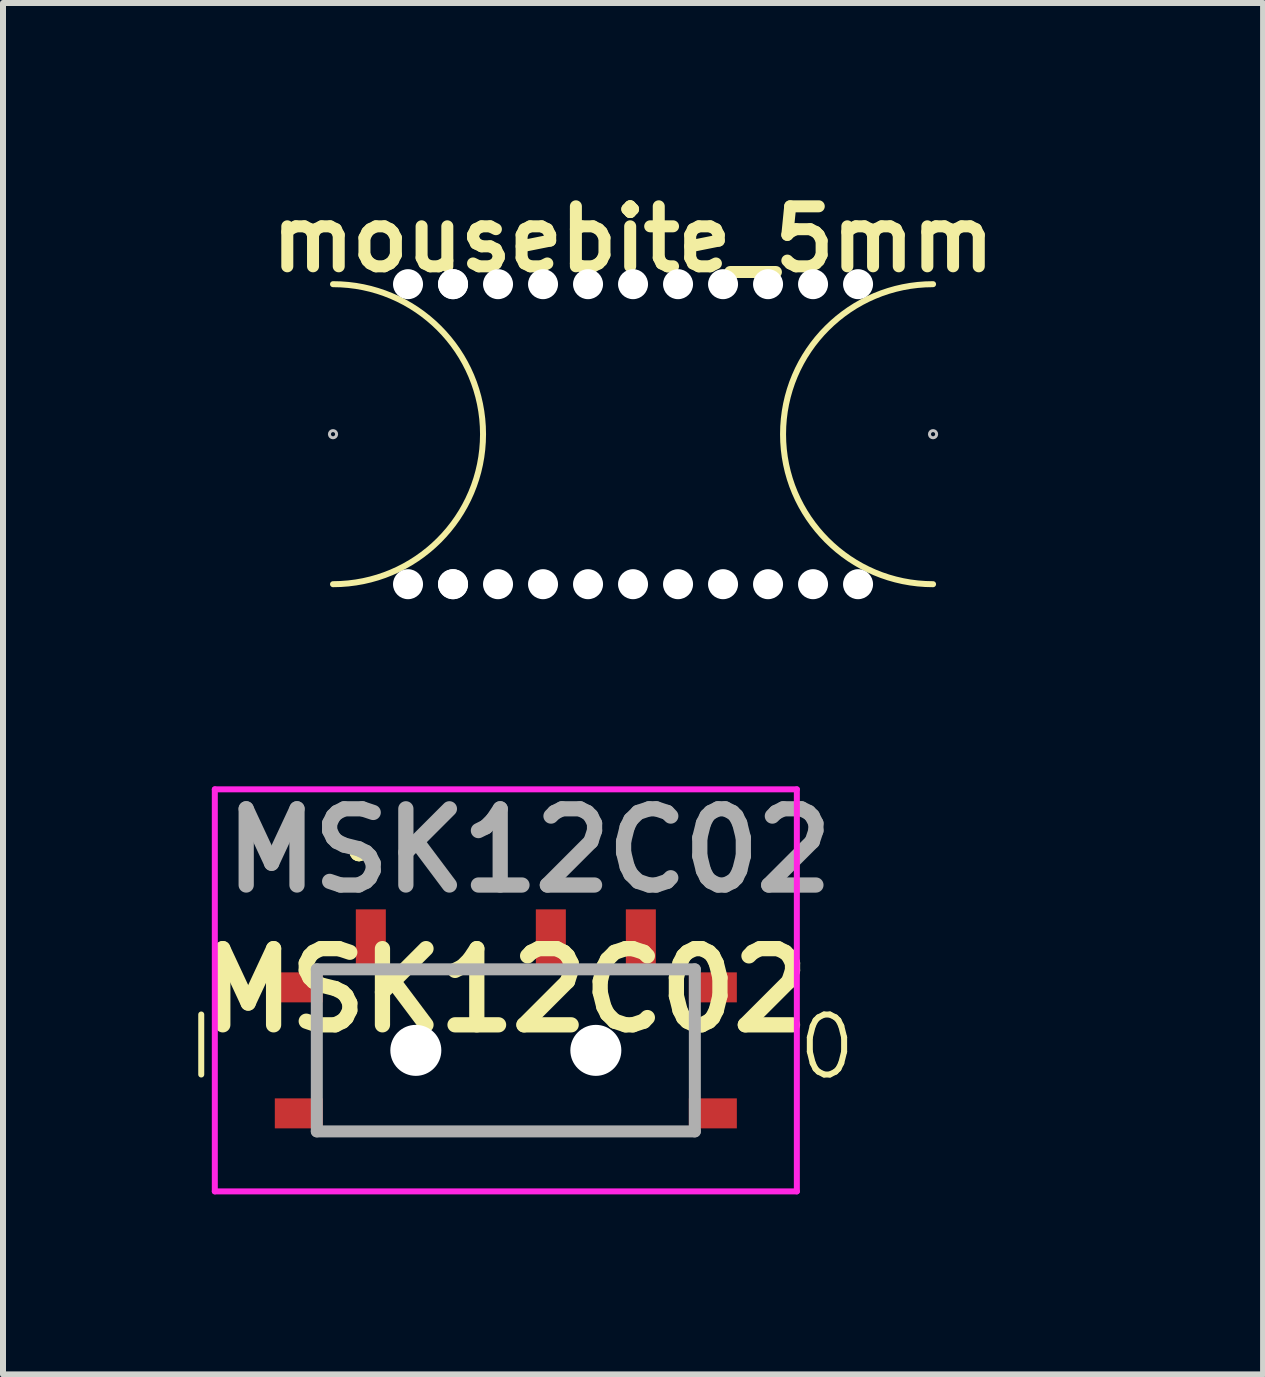
<source format=kicad_pcb>
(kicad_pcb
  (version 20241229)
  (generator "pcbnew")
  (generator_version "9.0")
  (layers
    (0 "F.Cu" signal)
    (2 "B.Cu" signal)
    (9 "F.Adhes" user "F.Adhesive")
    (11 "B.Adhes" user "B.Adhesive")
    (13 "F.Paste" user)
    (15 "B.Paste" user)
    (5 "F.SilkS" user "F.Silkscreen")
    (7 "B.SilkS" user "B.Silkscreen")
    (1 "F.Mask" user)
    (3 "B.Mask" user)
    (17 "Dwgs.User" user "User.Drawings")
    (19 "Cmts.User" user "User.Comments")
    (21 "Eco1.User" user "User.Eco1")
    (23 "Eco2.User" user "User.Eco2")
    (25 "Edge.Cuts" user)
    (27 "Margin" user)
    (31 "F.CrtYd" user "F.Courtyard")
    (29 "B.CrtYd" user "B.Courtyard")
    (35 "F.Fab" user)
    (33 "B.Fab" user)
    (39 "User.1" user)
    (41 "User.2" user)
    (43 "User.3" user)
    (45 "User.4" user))
  (footprint "mousebite_5mm"
    (layer "F.Cu")
    (at 7.5 4.186)
    (property "Reference" "mousebite_5mm" (at 0 -3.25 0) (layer "F.SilkS") (effects (font (size 1 1) (thickness 0.2))))
    (attr through_hole)
    (fp_arc (start -5 -2.5) (mid -2.5 0) (end -5 2.5) (stroke (width 0.1) (type solid)) (layer "F.SilkS"))
    (fp_arc (start 5 2.5) (mid 2.5 0) (end 5 -2.5) (stroke (width 0.1) (type solid)) (layer "F.SilkS"))
    (fp_circle (center -5 0) (end -4.94 0) (stroke (width 0.05) (type solid)) (fill no) (layer "Dwgs.User"))
    (fp_circle (center 5 0) (end 5.06 0) (stroke (width 0.05) (type solid)) (fill no) (layer "Dwgs.User"))
    (fp_line (start -5 0) (end -5 0) (stroke (width 5) (type solid)) (layer "Eco1.User"))
    (fp_line (start 5 0) (end 5 0) (stroke (width 5) (type solid)) (layer "Eco1.User"))
    (pad "" np_thru_hole circle (at -3.75 -2.5) (size 0.5 0.5) (drill 0.5) (layers "*.Cu" "*.Mask"))
    (pad "" np_thru_hole circle (at -3.75 2.5) (size 0.5 0.5) (drill 0.5) (layers "*.Cu" "*.Mask"))
    (pad "" np_thru_hole circle (at -3 -2.5) (size 0.5 0.5) (drill 0.5) (layers "*.Cu" "*.Mask"))
    (pad "" np_thru_hole circle (at -3 -2.5) (size 0.5 0.5) (drill 0.5) (layers "*.Cu" "*.Mask"))
    (pad "" np_thru_hole circle (at -3 2.5) (size 0.5 0.5) (drill 0.5) (layers "*.Cu" "*.Mask"))
    (pad "" np_thru_hole circle (at -3 2.5) (size 0.5 0.5) (drill 0.5) (layers "*.Cu" "*.Mask"))
    (pad "" np_thru_hole circle (at -2.25 -2.5) (size 0.5 0.5) (drill 0.5) (layers "*.Cu" "*.Mask"))
    (pad "" np_thru_hole circle (at -2.25 2.5) (size 0.5 0.5) (drill 0.5) (layers "*.Cu" "*.Mask"))
    (pad "" np_thru_hole circle (at -1.5 -2.5) (size 0.5 0.5) (drill 0.5) (layers "*.Cu" "*.Mask"))
    (pad "" np_thru_hole circle (at -1.5 2.5) (size 0.5 0.5) (drill 0.5) (layers "*.Cu" "*.Mask"))
    (pad "" np_thru_hole circle (at -0.75 -2.5) (size 0.5 0.5) (drill 0.5) (layers "*.Cu" "*.Mask"))
    (pad "" np_thru_hole circle (at -0.75 2.5) (size 0.5 0.5) (drill 0.5) (layers "*.Cu" "*.Mask"))
    (pad "" np_thru_hole circle (at 0 -2.5) (size 0.5 0.5) (drill 0.5) (layers "*.Cu" "*.Mask"))
    (pad "" np_thru_hole circle (at 0 2.5) (size 0.5 0.5) (drill 0.5) (layers "*.Cu" "*.Mask"))
    (pad "" np_thru_hole circle (at 0.75 -2.5) (size 0.5 0.5) (drill 0.5) (layers "*.Cu" "*.Mask"))
    (pad "" np_thru_hole circle (at 0.75 2.5) (size 0.5 0.5) (drill 0.5) (layers "*.Cu" "*.Mask"))
    (pad "" np_thru_hole circle (at 1.5 -2.5) (size 0.5 0.5) (drill 0.5) (layers "*.Cu" "*.Mask"))
    (pad "" np_thru_hole circle (at 1.5 2.5) (size 0.5 0.5) (drill 0.5) (layers "*.Cu" "*.Mask"))
    (pad "" np_thru_hole circle (at 2.25 -2.5) (size 0.5 0.5) (drill 0.5) (layers "*.Cu" "*.Mask"))
    (pad "" np_thru_hole circle (at 2.25 2.5) (size 0.5 0.5) (drill 0.5) (layers "*.Cu" "*.Mask"))
    (pad "" np_thru_hole circle (at 3 -2.5) (size 0.5 0.5) (drill 0.5) (layers "*.Cu" "*.Mask"))
    (pad "" np_thru_hole circle (at 3 2.5) (size 0.5 0.5) (drill 0.5) (layers "*.Cu" "*.Mask"))
    (pad "" np_thru_hole circle (at 3.75 -2.5) (size 0.5 0.5) (drill 0.5) (layers "*.Cu" "*.Mask"))
    (pad "" np_thru_hole circle (at 3.75 2.5) (size 0.5 0.5) (drill 0.5) (layers "*.Cu" "*.Mask")))
  (footprint "MSK12C02"
    (layer "F.Cu")
    (at 5.38 14.455)
    (property "Reference" "MSK12C02" (at 0 -1 0) (layer "F.SilkS") (effects (font (size 1.27 1.27) (thickness 0.254))))
    (attr through_hole)
    (fp_line (start -3.15 -0.25) (end -3.15 -0.25) (stroke (width 0.1) (type solid)) (layer "F.SilkS"))
    (fp_line (start -3.15 -0.25) (end -3.15 0.25) (stroke (width 0.1) (type solid)) (layer "F.SilkS"))
    (fp_line (start -3.15 0.25) (end -3.15 -0.25) (stroke (width 0.1) (type solid)) (layer "F.SilkS"))
    (fp_line (start -3.15 0.25) (end -3.15 0.25) (stroke (width 0.1) (type solid)) (layer "F.SilkS"))
    (fp_line (start -2.5 -3.3) (end -2.5 -3.3) (stroke (width 0.2) (type solid)) (layer "F.SilkS"))
    (fp_line (start -2.5 -3.3) (end -2.5 -3.3) (stroke (width 0.2) (type solid)) (layer "F.SilkS"))
    (fp_line (start -2.5 1.35) (end -2.5 1.35) (stroke (width 0.1) (type solid)) (layer "F.SilkS"))
    (fp_line (start -2.5 1.35) (end 2.5 1.35) (stroke (width 0.1) (type solid)) (layer "F.SilkS"))
    (fp_line (start -2.4 -3.3) (end -2.4 -3.3) (stroke (width 0.2) (type solid)) (layer "F.SilkS"))
    (fp_line (start -1.25 -1.35) (end -1.25 -1.35) (stroke (width 0.1) (type solid)) (layer "F.SilkS"))
    (fp_line (start -1.25 -1.35) (end -0.25 -1.35) (stroke (width 0.1) (type solid)) (layer "F.SilkS"))
    (fp_line (start -0.25 -1.35) (end -1.25 -1.35) (stroke (width 0.1) (type solid)) (layer "F.SilkS"))
    (fp_line (start -0.25 -1.35) (end -0.25 -1.35) (stroke (width 0.1) (type solid)) (layer "F.SilkS"))
    (fp_line (start 2.5 1.35) (end -2.5 1.35) (stroke (width 0.1) (type solid)) (layer "F.SilkS"))
    (fp_line (start 2.5 1.35) (end 2.5 1.35) (stroke (width 0.1) (type solid)) (layer "F.SilkS"))
    (fp_line (start 3.15 -0.25) (end 3.15 -0.25) (stroke (width 0.1) (type solid)) (layer "F.SilkS"))
    (fp_line (start 3.15 -0.25) (end 3.15 0.25) (stroke (width 0.1) (type solid)) (layer "F.SilkS"))
    (fp_line (start 3.15 0.25) (end 3.15 -0.25) (stroke (width 0.1) (type solid)) (layer "F.SilkS"))
    (fp_line (start 3.15 0.25) (end 3.15 0.25) (stroke (width 0.1) (type solid)) (layer "F.SilkS"))
    (fp_arc (start -2.5 -3.3) (mid -2.45 -3.35) (end -2.4 -3.3) (stroke (width 0.2) (type solid)) (layer "F.SilkS"))
    (fp_arc (start -2.4 -3.3) (mid -2.45 -3.25) (end -2.5 -3.3) (stroke (width 0.2) (type solid)) (layer "F.SilkS"))
    (fp_arc (start -2.4 -3.3) (mid -2.45 -3.25) (end -2.5 -3.3) (stroke (width 0.2) (type solid)) (layer "F.SilkS"))
    (fp_line (start -4.85 -4.35) (end 4.85 -4.35) (stroke (width 0.1) (type solid)) (layer "F.CrtYd"))
    (fp_line (start -4.85 2.35) (end -4.85 -4.35) (stroke (width 0.1) (type solid)) (layer "F.CrtYd"))
    (fp_line (start 4.85 -4.35) (end 4.85 2.35) (stroke (width 0.1) (type solid)) (layer "F.CrtYd"))
    (fp_line (start 4.85 2.35) (end -4.85 2.35) (stroke (width 0.1) (type solid)) (layer "F.CrtYd"))
    (fp_line (start -3.15 -1.35) (end -3.15 1.35) (stroke (width 0.2) (type solid)) (layer "F.Fab"))
    (fp_line (start -3.15 1.35) (end 3.15 1.35) (stroke (width 0.2) (type solid)) (layer "F.Fab"))
    (fp_line (start 3.15 -1.35) (end -3.15 -1.35) (stroke (width 0.2) (type solid)) (layer "F.Fab"))
    (fp_line (start 3.15 1.35) (end 3.15 -1.35) (stroke (width 0.2) (type solid)) (layer "F.Fab"))
    (fp_text user "I" (at -5.38 0.53 0) (unlocked yes) (layer "F.SilkS") (effects (font (size 1 1) (thickness 0.1)) (justify left bottom)))
    (fp_text user "0" (at 4.81 0.53 0) (unlocked yes) (layer "F.SilkS") (effects (font (size 1 1) (thickness 0.1)) (justify left bottom)))
    (fp_text user "${REFERENCE}" (at 0.39 -3.33 0) (layer "F.Fab") (effects (font (size 1.27 1.27) (thickness 0.254))))
    (pad "" np_thru_hole circle (at -1.5 0) (size 0.85 0.85) (drill 0.85) (layers "*.Cu" "*.Mask"))
    (pad "" np_thru_hole circle (at 1.5 0) (size 0.85 0.85) (drill 0.85) (layers "*.Cu" "*.Mask"))
    (pad "A1" smd rect (at -2.25 -1.85) (size 0.5 1) (layers "F.Cu" "F.Mask" "F.Paste"))
    (pad "B1" smd rect (at 0.75 -1.85) (size 0.5 1) (layers "F.Cu" "F.Mask" "F.Paste"))
    (pad "C1" smd rect (at 2.25 -1.85) (size 0.5 1) (layers "F.Cu" "F.Mask" "F.Paste"))
    (pad "MP1" smd rect (at 3.45 -1.05 90) (size 0.5 0.8) (layers "F.Cu" "F.Mask" "F.Paste"))
    (pad "MP2" smd rect (at 3.45 1.05 90) (size 0.5 0.8) (layers "F.Cu" "F.Mask" "F.Paste"))
    (pad "MP3" smd rect (at -3.45 1.05 90) (size 0.5 0.8) (layers "F.Cu" "F.Mask" "F.Paste"))
    (pad "MP4" smd rect (at -3.45 -1.05 90) (size 0.5 0.8) (layers "F.Cu" "F.Mask" "F.Paste")))
  (gr_rect
    (start -3 -3)
    (end 18 19.855)
    (stroke (width 0.1) (type default))
    (fill no)
    (layer "Edge.Cuts")))
</source>
